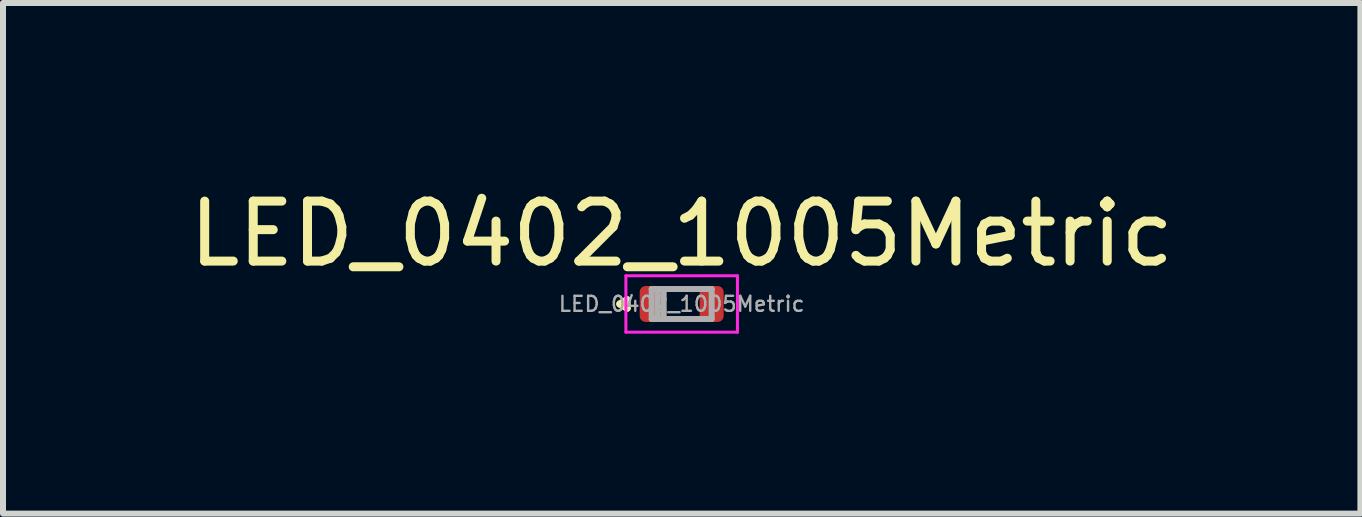
<source format=kicad_pcb>
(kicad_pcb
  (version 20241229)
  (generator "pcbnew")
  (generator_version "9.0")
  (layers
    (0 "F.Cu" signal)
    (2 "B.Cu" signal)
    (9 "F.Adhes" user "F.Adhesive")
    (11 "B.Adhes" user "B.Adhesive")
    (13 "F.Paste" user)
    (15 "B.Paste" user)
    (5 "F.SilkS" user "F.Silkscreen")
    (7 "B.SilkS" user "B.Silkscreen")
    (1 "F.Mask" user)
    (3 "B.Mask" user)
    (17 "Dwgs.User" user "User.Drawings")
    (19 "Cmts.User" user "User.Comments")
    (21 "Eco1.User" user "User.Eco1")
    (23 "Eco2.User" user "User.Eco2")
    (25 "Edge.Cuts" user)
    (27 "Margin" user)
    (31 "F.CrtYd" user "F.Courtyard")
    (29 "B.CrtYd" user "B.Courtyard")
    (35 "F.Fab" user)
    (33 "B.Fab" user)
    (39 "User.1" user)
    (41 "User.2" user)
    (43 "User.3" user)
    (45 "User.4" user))
  (footprint "LED_0402_1005Metric"
    (layer "F.Cu")
    (at 8.315 2.018)
    (property "Reference" "LED_0402_1005Metric" (at 0 -1.17 0) (layer "F.SilkS") (effects (font (size 1 1) (thickness 0.15))))
    (attr smd)
    (fp_line (start -1.03 0) (end -0.91 -0.07) (stroke (width 0.12) (type solid)) (layer "F.SilkS"))
    (fp_line (start -0.91 -0.07) (end -0.91 0.07) (stroke (width 0.12) (type solid)) (layer "F.SilkS"))
    (fp_line (start -0.91 0.07) (end -1.03 0) (stroke (width 0.12) (type solid)) (layer "F.SilkS"))
    (fp_line (start -0.93 -0.47) (end 0.93 -0.47) (stroke (width 0.05) (type solid)) (layer "F.CrtYd"))
    (fp_line (start -0.93 0.47) (end -0.93 -0.47) (stroke (width 0.05) (type solid)) (layer "F.CrtYd"))
    (fp_line (start 0.93 -0.47) (end 0.93 0.47) (stroke (width 0.05) (type solid)) (layer "F.CrtYd"))
    (fp_line (start 0.93 0.47) (end -0.93 0.47) (stroke (width 0.05) (type solid)) (layer "F.CrtYd"))
    (fp_line (start -0.5 -0.25) (end 0.5 -0.25) (stroke (width 0.1) (type solid)) (layer "F.Fab"))
    (fp_line (start -0.5 0.25) (end -0.5 -0.25) (stroke (width 0.1) (type solid)) (layer "F.Fab"))
    (fp_line (start -0.4 0.25) (end -0.4 -0.25) (stroke (width 0.1) (type solid)) (layer "F.Fab"))
    (fp_line (start -0.3 0.25) (end -0.3 -0.25) (stroke (width 0.1) (type solid)) (layer "F.Fab"))
    (fp_line (start 0.5 -0.25) (end 0.5 0.25) (stroke (width 0.1) (type solid)) (layer "F.Fab"))
    (fp_line (start 0.5 0.25) (end -0.5 0.25) (stroke (width 0.1) (type solid)) (layer "F.Fab"))
    (fp_text user "${REFERENCE}" (at 0 0 0) (layer "F.Fab") (effects (font (size 0.25 0.25) (thickness 0.04))))
    (pad "1" smd roundrect (at -0.5 0) (size 0.4 0.6) (layers "F.Cu" "F.Mask" "F.Paste") (roundrect_rratio 0.25))
    (pad "2" smd roundrect (at 0.5 0) (size 0.4 0.6) (layers "F.Cu" "F.Mask" "F.Paste") (roundrect_rratio 0.25)))
  (gr_rect
    (start -3 -3)
    (end 19.631 5.513)
    (stroke (width 0.1) (type default))
    (fill no)
    (layer "Edge.Cuts")))
</source>
